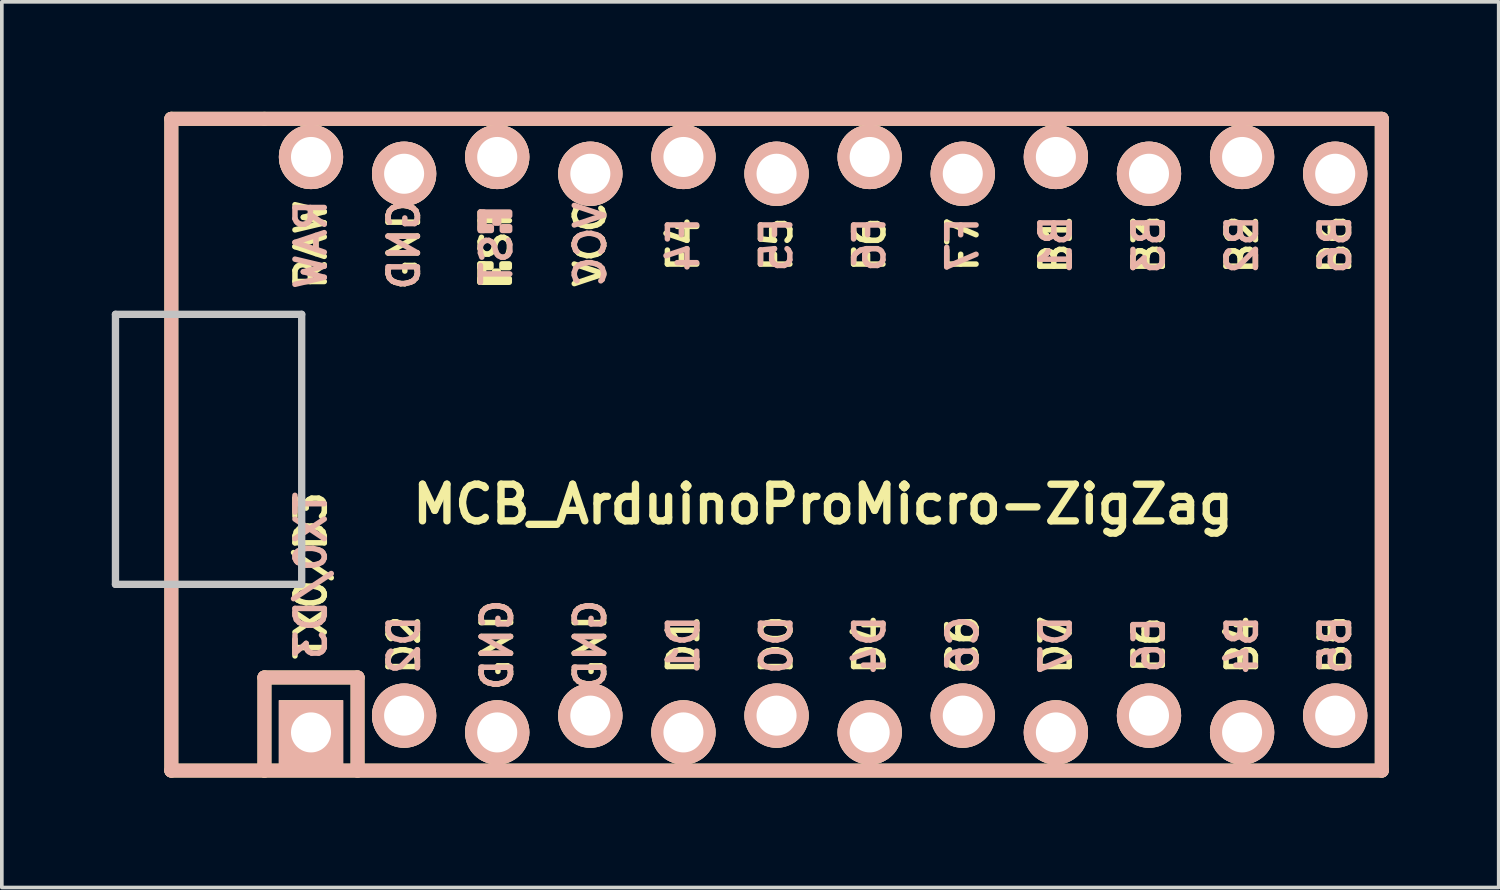
<source format=kicad_pcb>
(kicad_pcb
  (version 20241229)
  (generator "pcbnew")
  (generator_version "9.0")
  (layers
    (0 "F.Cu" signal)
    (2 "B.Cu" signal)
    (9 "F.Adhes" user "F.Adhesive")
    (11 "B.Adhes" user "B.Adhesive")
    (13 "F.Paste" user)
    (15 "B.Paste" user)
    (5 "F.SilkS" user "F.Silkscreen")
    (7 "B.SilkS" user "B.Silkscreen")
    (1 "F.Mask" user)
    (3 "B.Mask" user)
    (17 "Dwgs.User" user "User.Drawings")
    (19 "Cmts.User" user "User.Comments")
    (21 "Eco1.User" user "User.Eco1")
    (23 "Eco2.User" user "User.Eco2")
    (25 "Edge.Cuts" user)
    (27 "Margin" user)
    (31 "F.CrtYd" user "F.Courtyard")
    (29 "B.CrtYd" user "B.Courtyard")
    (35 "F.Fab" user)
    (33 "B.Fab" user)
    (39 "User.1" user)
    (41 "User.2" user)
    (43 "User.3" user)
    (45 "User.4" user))
  (footprint "MCB_ArduinoProMicro-ZigZag"
    (layer "F.Cu")
    (at 19.404 9.081)
    (property "Reference" "MCB_ArduinoProMicro-ZigZag" (at 0 1.625 0) (layer "F.SilkS") (effects (font (size 1 1) (thickness 0.2))))
    (attr through_hole)
    (fp_line (start -17.78 -8.89) (end -17.78 8.89) (stroke (width 0.381) (type solid)) (layer "F.SilkS"))
    (fp_line (start -17.78 8.89) (end -15.24 8.89) (stroke (width 0.381) (type solid)) (layer "F.SilkS"))
    (fp_line (start -15.24 -8.89) (end -17.78 -8.89) (stroke (width 0.381) (type solid)) (layer "F.SilkS"))
    (fp_line (start -15.24 6.35) (end -15.24 8.89) (stroke (width 0.381) (type solid)) (layer "F.SilkS"))
    (fp_line (start -15.24 6.35) (end -12.7 6.35) (stroke (width 0.381) (type solid)) (layer "F.SilkS"))
    (fp_line (start -15.24 8.89) (end 15.24 8.89) (stroke (width 0.381) (type solid)) (layer "F.SilkS"))
    (fp_line (start -12.7 6.35) (end -12.7 8.89) (stroke (width 0.381) (type solid)) (layer "F.SilkS"))
    (fp_line (start 15.24 -8.89) (end -15.24 -8.89) (stroke (width 0.381) (type solid)) (layer "F.SilkS"))
    (fp_line (start 15.24 8.89) (end 15.24 -8.89) (stroke (width 0.381) (type solid)) (layer "F.SilkS"))
    (fp_poly (pts (xy -9.361 -4.932) (xy -9.261 -4.932) (xy -9.261 -4.432) (xy -9.361 -4.432)) (stroke (width 0.15) (type solid)) (fill yes) (layer "F.SilkS"))
    (fp_poly (pts (xy -9.361 -4.932) (xy -9.061 -4.932) (xy -9.061 -4.832) (xy -9.361 -4.832)) (stroke (width 0.15) (type solid)) (fill yes) (layer "F.SilkS"))
    (fp_poly (pts (xy -9.361 -4.532) (xy -8.561 -4.532) (xy -8.561 -4.432) (xy -9.361 -4.432)) (stroke (width 0.15) (type solid)) (fill yes) (layer "F.SilkS"))
    (fp_poly (pts (xy -8.961 -4.732) (xy -8.861 -4.732) (xy -8.861 -4.632) (xy -8.961 -4.632)) (stroke (width 0.15) (type solid)) (fill yes) (layer "F.SilkS"))
    (fp_poly (pts (xy -8.761 -4.932) (xy -8.561 -4.932) (xy -8.561 -4.832) (xy -8.761 -4.832)) (stroke (width 0.15) (type solid)) (fill yes) (layer "F.SilkS"))
    (fp_line (start -17.78 -8.89) (end -17.78 8.89) (stroke (width 0.381) (type solid)) (layer "B.SilkS"))
    (fp_line (start -17.78 8.89) (end 15.24 8.89) (stroke (width 0.381) (type solid)) (layer "B.SilkS"))
    (fp_line (start -15.24 6.35) (end -15.24 8.89) (stroke (width 0.381) (type solid)) (layer "B.SilkS"))
    (fp_line (start -15.24 6.35) (end -12.7 6.35) (stroke (width 0.381) (type solid)) (layer "B.SilkS"))
    (fp_line (start -12.7 6.35) (end -12.7 8.89) (stroke (width 0.381) (type solid)) (layer "B.SilkS"))
    (fp_line (start 15.24 -8.89) (end -17.78 -8.89) (stroke (width 0.381) (type solid)) (layer "B.SilkS"))
    (fp_line (start 15.24 8.89) (end 15.24 -8.89) (stroke (width 0.381) (type solid)) (layer "B.SilkS"))
    (fp_poly (pts (xy -9.351 -6.245) (xy -8.551 -6.245) (xy -8.551 -6.345) (xy -9.351 -6.345)) (stroke (width 0.15) (type solid)) (fill yes) (layer "B.SilkS"))
    (fp_poly (pts (xy -9.351 -5.845) (xy -9.251 -5.845) (xy -9.251 -6.345) (xy -9.351 -6.345)) (stroke (width 0.15) (type solid)) (fill yes) (layer "B.SilkS"))
    (fp_poly (pts (xy -9.351 -5.845) (xy -9.051 -5.845) (xy -9.051 -5.945) (xy -9.351 -5.945)) (stroke (width 0.15) (type solid)) (fill yes) (layer "B.SilkS"))
    (fp_poly (pts (xy -8.951 -6.045) (xy -8.851 -6.045) (xy -8.851 -6.145) (xy -8.951 -6.145)) (stroke (width 0.15) (type solid)) (fill yes) (layer "B.SilkS"))
    (fp_poly (pts (xy -8.751 -5.845) (xy -8.551 -5.845) (xy -8.551 -5.945) (xy -8.751 -5.945)) (stroke (width 0.15) (type solid)) (fill yes) (layer "B.SilkS"))
    (fp_line (start -19.304 -3.556) (end -14.224 -3.556) (stroke (width 0.2) (type solid)) (layer "Dwgs.User"))
    (fp_line (start -19.304 3.81) (end -19.304 -3.556) (stroke (width 0.2) (type solid)) (layer "Dwgs.User"))
    (fp_line (start -14.224 -3.556) (end -14.224 3.81) (stroke (width 0.2) (type solid)) (layer "Dwgs.User"))
    (fp_line (start -14.224 3.81) (end -19.304 3.81) (stroke (width 0.2) (type solid)) (layer "Dwgs.User"))
    (fp_text user "F4" (at -3.81 -5.461 90) (layer "F.SilkS") (effects (font (size 0.8 0.8) (thickness 0.15))))
    (fp_text user "D1" (at -3.81 5.461 90) (layer "F.SilkS") (effects (font (size 0.8 0.8) (thickness 0.15))))
    (fp_text user "E6" (at 8.89 5.461 90) (layer "F.SilkS") (effects (font (size 0.8 0.8) (thickness 0.15))))
    (fp_text user "B4" (at 11.43 5.461 90) (layer "F.SilkS") (effects (font (size 0.8 0.8) (thickness 0.15))))
    (fp_text user "ST" (at -8.92 -5.733 90) (layer "F.SilkS") (effects (font (size 0.8 0.8) (thickness 0.15))))
    (fp_text user "B3" (at 8.89 -5.461 90) (layer "F.SilkS") (effects (font (size 0.8 0.8) (thickness 0.15))))
    (fp_text user "GND" (at -8.89 5.461 90) (layer "F.SilkS") (effects (font (size 0.8 0.8) (thickness 0.15))))
    (fp_text user "GND" (at -6.35 5.461 90) (layer "F.SilkS") (effects (font (size 0.8 0.8) (thickness 0.15))))
    (fp_text user "D0" (at -1.27 5.461 90) (layer "F.SilkS") (effects (font (size 0.8 0.8) (thickness 0.15))))
    (fp_text user "F5" (at -1.27 -5.461 90) (layer "F.SilkS") (effects (font (size 0.8 0.8) (thickness 0.15))))
    (fp_text user "B2" (at 11.43 -5.461 90) (layer "F.SilkS") (effects (font (size 0.8 0.8) (thickness 0.15))))
    (fp_text user "RAW" (at -13.97 -5.461 90) (layer "F.SilkS") (effects (font (size 0.8 0.8) (thickness 0.15))))
    (fp_text user "F7" (at 3.81 -5.461 90) (layer "F.SilkS") (effects (font (size 0.8 0.8) (thickness 0.15))))
    (fp_text user "C6" (at 3.81 5.461 90) (layer "F.SilkS") (effects (font (size 0.8 0.8) (thickness 0.15))))
    (fp_text user "F6" (at 1.27 -5.461 90) (layer "F.SilkS") (effects (font (size 0.8 0.8) (thickness 0.15))))
    (fp_text user "B1" (at 6.35 -5.461 90) (layer "F.SilkS") (effects (font (size 0.8 0.8) (thickness 0.15))))
    (fp_text user "B6" (at 13.97 -5.461 90) (layer "F.SilkS") (effects (font (size 0.8 0.8) (thickness 0.15))))
    (fp_text user "D2" (at -11.43 5.461 90) (layer "F.SilkS") (effects (font (size 0.8 0.8) (thickness 0.15))))
    (fp_text user "VCC" (at -6.35 -5.461 90) (layer "F.SilkS") (effects (font (size 0.8 0.8) (thickness 0.15))))
    (fp_text user "GND" (at -11.43 -5.461 90) (layer "F.SilkS") (effects (font (size 0.8 0.8) (thickness 0.15))))
    (fp_text user "D4" (at 1.27 5.461 90) (layer "F.SilkS") (effects (font (size 0.8 0.8) (thickness 0.15))))
    (fp_text user "D7" (at 6.35 5.461 90) (layer "F.SilkS") (effects (font (size 0.8 0.8) (thickness 0.15))))
    (fp_text user "TX0/D3" (at -13.97 3.572 90) (layer "F.SilkS") (effects (font (size 0.8 0.8) (thickness 0.15))))
    (fp_text user "B5" (at 13.97 5.461 90) (layer "F.SilkS") (effects (font (size 0.8 0.8) (thickness 0.15))))
    (fp_text user "D7" (at 6.35 5.461 90) (layer "B.SilkS") (effects (font (size 0.8 0.8) (thickness 0.15)) (justify mirror)))
    (fp_text user "D2" (at -11.43 5.461 90) (layer "B.SilkS") (effects (font (size 0.8 0.8) (thickness 0.15)) (justify mirror)))
    (fp_text user "B6" (at 13.97 -5.461 90) (layer "B.SilkS") (effects (font (size 0.8 0.8) (thickness 0.15)) (justify mirror)))
    (fp_text user "ST" (at -8.91 -5.04 90) (layer "B.SilkS") (effects (font (size 0.8 0.8) (thickness 0.15)) (justify mirror)))
    (fp_text user "B1" (at 6.35 -5.461 90) (layer "B.SilkS") (effects (font (size 0.8 0.8) (thickness 0.15)) (justify mirror)))
    (fp_text user "C6" (at 3.81 5.461 90) (layer "B.SilkS") (effects (font (size 0.8 0.8) (thickness 0.15)) (justify mirror)))
    (fp_text user "F5" (at -1.27 -5.461 90) (layer "B.SilkS") (effects (font (size 0.8 0.8) (thickness 0.15)) (justify mirror)))
    (fp_text user "B2" (at 11.43 -5.461 90) (layer "B.SilkS") (effects (font (size 0.8 0.8) (thickness 0.15)) (justify mirror)))
    (fp_text user "F4" (at -3.81 -5.461 90) (layer "B.SilkS") (effects (font (size 0.8 0.8) (thickness 0.15)) (justify mirror)))
    (fp_text user "GND" (at -11.43 -5.461 90) (layer "B.SilkS") (effects (font (size 0.8 0.8) (thickness 0.15)) (justify mirror)))
    (fp_text user "B5" (at 13.97 5.461 90) (layer "B.SilkS") (effects (font (size 0.8 0.8) (thickness 0.15)) (justify mirror)))
    (fp_text user "F6" (at 1.27 -5.461 90) (layer "B.SilkS") (effects (font (size 0.8 0.8) (thickness 0.15)) (justify mirror)))
    (fp_text user "GND" (at -8.89 5.461 90) (layer "B.SilkS") (effects (font (size 0.8 0.8) (thickness 0.15)) (justify mirror)))
    (fp_text user "D0" (at -1.27 5.461 90) (layer "B.SilkS") (effects (font (size 0.8 0.8) (thickness 0.15)) (justify mirror)))
    (fp_text user "D4" (at 1.27 5.461 90) (layer "B.SilkS") (effects (font (size 0.8 0.8) (thickness 0.15)) (justify mirror)))
    (fp_text user "GND" (at -6.35 5.461 90) (layer "B.SilkS") (effects (font (size 0.8 0.8) (thickness 0.15)) (justify mirror)))
    (fp_text user "D1" (at -3.81 5.461 90) (layer "B.SilkS") (effects (font (size 0.8 0.8) (thickness 0.15)) (justify mirror)))
    (fp_text user "VCC" (at -6.35 -5.461 90) (layer "B.SilkS") (effects (font (size 0.8 0.8) (thickness 0.15)) (justify mirror)))
    (fp_text user "B3" (at 8.89 -5.461 90) (layer "B.SilkS") (effects (font (size 0.8 0.8) (thickness 0.15)) (justify mirror)))
    (fp_text user "B4" (at 11.43 5.461 90) (layer "B.SilkS") (effects (font (size 0.8 0.8) (thickness 0.15)) (justify mirror)))
    (fp_text user "RAW" (at -13.97 -5.461 90) (layer "B.SilkS") (effects (font (size 0.8 0.8) (thickness 0.15)) (justify mirror)))
    (fp_text user "TX0/D3" (at -13.97 3.572 90) (layer "B.SilkS") (effects (font (size 0.8 0.8) (thickness 0.15)) (justify mirror)))
    (fp_text user "E6" (at 8.89 5.461 90) (layer "B.SilkS") (effects (font (size 0.8 0.8) (thickness 0.15)) (justify mirror)))
    (fp_text user "F7" (at 3.81 -5.461 90) (layer "B.SilkS") (effects (font (size 0.8 0.8) (thickness 0.15)) (justify mirror)))
    (pad "1" thru_hole rect (at -13.97 7.849) (size 1.753 1.753) (drill 1.092) (layers "*.Cu" "*.SilkS" "*.Mask"))
    (pad "2" thru_hole circle (at -11.43 7.391) (size 1.753 1.753) (drill 1.092) (layers "*.Cu" "*.SilkS" "*.Mask"))
    (pad "3" thru_hole circle (at -8.89 7.849) (size 1.753 1.753) (drill 1.092) (layers "*.Cu" "*.SilkS" "*.Mask"))
    (pad "4" thru_hole circle (at -6.35 7.391) (size 1.753 1.753) (drill 1.092) (layers "*.Cu" "*.SilkS" "*.Mask"))
    (pad "5" thru_hole circle (at -3.81 7.849) (size 1.753 1.753) (drill 1.092) (layers "*.Cu" "*.SilkS" "*.Mask"))
    (pad "6" thru_hole circle (at -1.27 7.391) (size 1.753 1.753) (drill 1.092) (layers "*.Cu" "*.SilkS" "*.Mask"))
    (pad "7" thru_hole circle (at 1.27 7.849) (size 1.753 1.753) (drill 1.092) (layers "*.Cu" "*.SilkS" "*.Mask"))
    (pad "8" thru_hole circle (at 3.81 7.391) (size 1.753 1.753) (drill 1.092) (layers "*.Cu" "*.SilkS" "*.Mask"))
    (pad "9" thru_hole circle (at 6.35 7.849) (size 1.753 1.753) (drill 1.092) (layers "*.Cu" "*.SilkS" "*.Mask"))
    (pad "10" thru_hole circle (at 8.89 7.391) (size 1.753 1.753) (drill 1.092) (layers "*.Cu" "*.SilkS" "*.Mask"))
    (pad "11" thru_hole circle (at 11.43 7.849) (size 1.753 1.753) (drill 1.092) (layers "*.Cu" "*.SilkS" "*.Mask"))
    (pad "12" thru_hole circle (at 13.97 7.391) (size 1.753 1.753) (drill 1.092) (layers "*.Cu" "*.SilkS" "*.Mask"))
    (pad "13" thru_hole circle (at 13.97 -7.391) (size 1.753 1.753) (drill 1.092) (layers "*.Cu" "*.SilkS" "*.Mask"))
    (pad "14" thru_hole circle (at 11.43 -7.849) (size 1.753 1.753) (drill 1.092) (layers "*.Cu" "*.SilkS" "*.Mask"))
    (pad "15" thru_hole circle (at 8.89 -7.391) (size 1.753 1.753) (drill 1.092) (layers "*.Cu" "*.SilkS" "*.Mask"))
    (pad "16" thru_hole circle (at 6.35 -7.849) (size 1.753 1.753) (drill 1.092) (layers "*.Cu" "*.SilkS" "*.Mask"))
    (pad "17" thru_hole circle (at 3.81 -7.391) (size 1.753 1.753) (drill 1.092) (layers "*.Cu" "*.SilkS" "*.Mask"))
    (pad "18" thru_hole circle (at 1.27 -7.849) (size 1.753 1.753) (drill 1.092) (layers "*.Cu" "*.SilkS" "*.Mask"))
    (pad "19" thru_hole circle (at -1.27 -7.391) (size 1.753 1.753) (drill 1.092) (layers "*.Cu" "*.SilkS" "*.Mask"))
    (pad "20" thru_hole circle (at -3.81 -7.849) (size 1.753 1.753) (drill 1.092) (layers "*.Cu" "*.SilkS" "*.Mask"))
    (pad "21" thru_hole circle (at -6.35 -7.391) (size 1.753 1.753) (drill 1.092) (layers "*.Cu" "*.SilkS" "*.Mask"))
    (pad "22" thru_hole circle (at -8.89 -7.849) (size 1.753 1.753) (drill 1.092) (layers "*.Cu" "*.SilkS" "*.Mask"))
    (pad "23" thru_hole circle (at -11.43 -7.391) (size 1.753 1.753) (drill 1.092) (layers "*.Cu" "*.SilkS" "*.Mask"))
    (pad "24" thru_hole circle (at -13.97 -7.849) (size 1.753 1.753) (drill 1.092) (layers "*.Cu" "*.SilkS" "*.Mask")))
  (gr_rect
    (start -3 -3)
    (end 37.834 21.161)
    (stroke (width 0.1) (type default))
    (fill no)
    (layer "Edge.Cuts")))
</source>
